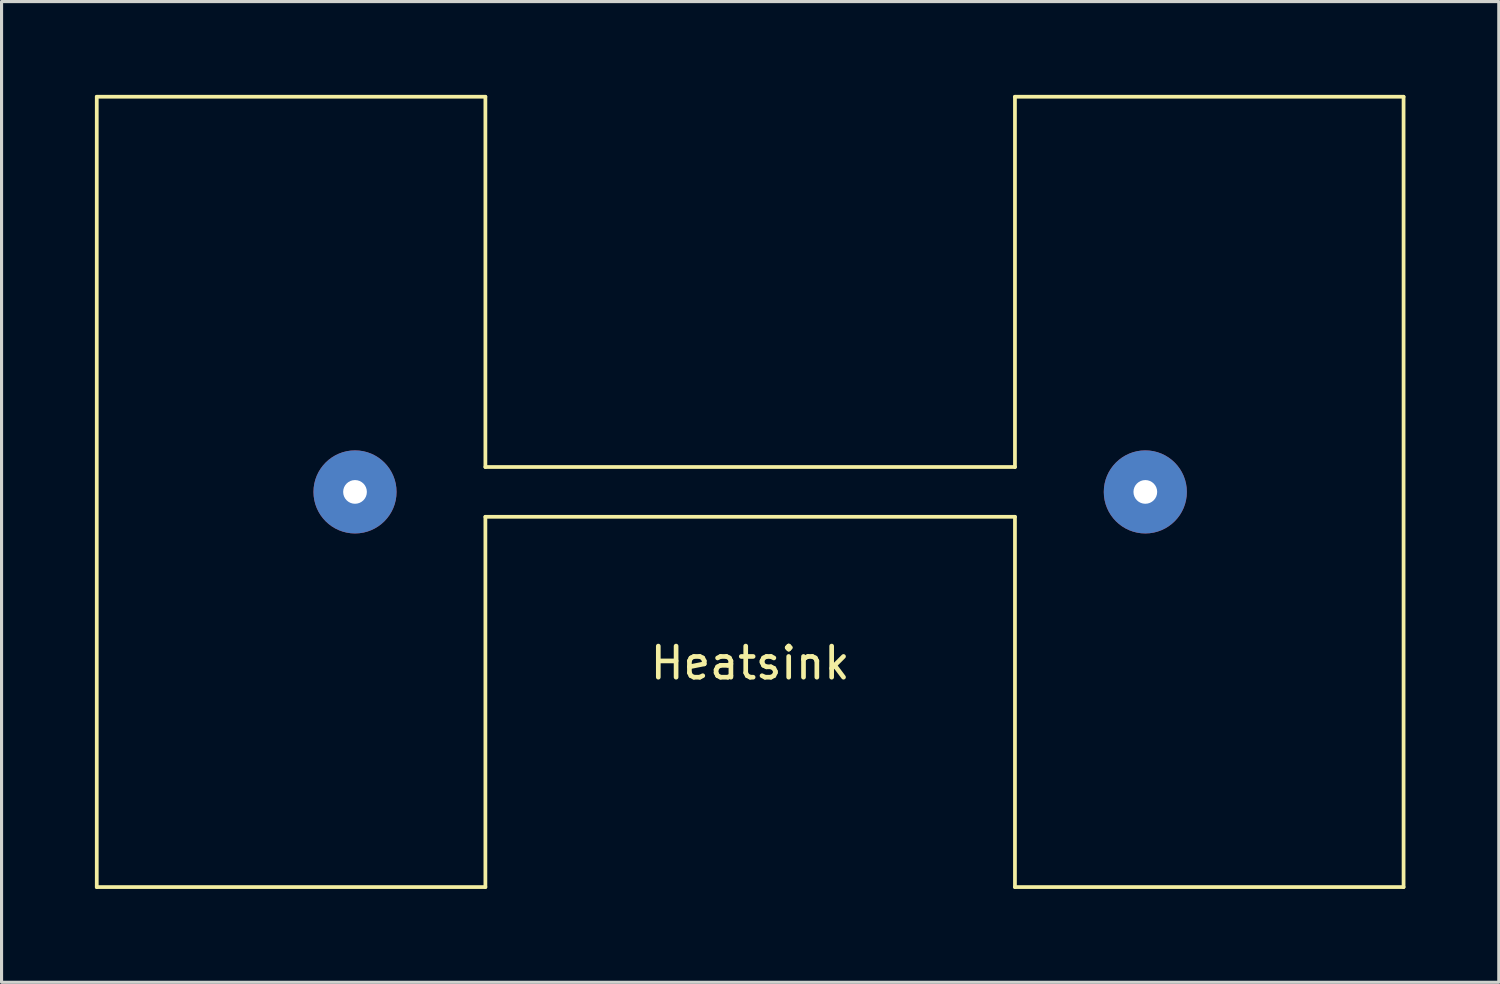
<source format=kicad_pcb>
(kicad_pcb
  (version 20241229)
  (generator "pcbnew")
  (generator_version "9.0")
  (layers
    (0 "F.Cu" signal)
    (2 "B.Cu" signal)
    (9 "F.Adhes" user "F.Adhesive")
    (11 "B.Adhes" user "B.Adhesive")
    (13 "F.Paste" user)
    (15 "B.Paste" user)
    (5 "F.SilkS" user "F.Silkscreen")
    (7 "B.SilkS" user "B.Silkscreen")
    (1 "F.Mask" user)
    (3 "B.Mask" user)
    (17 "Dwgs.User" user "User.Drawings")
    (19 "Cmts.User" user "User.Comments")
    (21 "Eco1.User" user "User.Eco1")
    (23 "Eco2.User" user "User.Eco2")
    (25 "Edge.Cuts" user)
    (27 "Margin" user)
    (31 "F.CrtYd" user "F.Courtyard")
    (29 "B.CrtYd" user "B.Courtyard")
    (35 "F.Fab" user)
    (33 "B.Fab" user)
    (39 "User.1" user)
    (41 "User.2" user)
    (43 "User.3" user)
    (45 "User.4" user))
  (footprint "Heatsink"
    (layer "F.Cu")
    (at 21.06 12.76)
    (property "Reference" "Heatsink" (at 0 5.5 0) (layer "F.SilkS") (effects (font (size 1 1) (thickness 0.15))))
    (attr through_hole)
    (fp_line (start -21 -12.7) (end -21 12.7) (stroke (width 0.12) (type solid)) (layer "F.SilkS"))
    (fp_line (start -8.51 -12.7) (end -21 -12.7) (stroke (width 0.12) (type solid)) (layer "F.SilkS"))
    (fp_line (start -8.51 -0.8) (end -8.51 -12.7) (stroke (width 0.12) (type solid)) (layer "F.SilkS"))
    (fp_line (start -8.51 -0.8) (end 8.51 -0.8) (stroke (width 0.12) (type solid)) (layer "F.SilkS"))
    (fp_line (start -8.51 0.8) (end -8.51 12.7) (stroke (width 0.12) (type solid)) (layer "F.SilkS"))
    (fp_line (start -8.51 12.7) (end -21 12.7) (stroke (width 0.12) (type solid)) (layer "F.SilkS"))
    (fp_line (start 8.51 -12.7) (end 21 -12.7) (stroke (width 0.12) (type solid)) (layer "F.SilkS"))
    (fp_line (start 8.51 -0.8) (end 8.51 -12.7) (stroke (width 0.12) (type solid)) (layer "F.SilkS"))
    (fp_line (start 8.51 0.8) (end -8.51 0.8) (stroke (width 0.12) (type solid)) (layer "F.SilkS"))
    (fp_line (start 8.51 0.8) (end 8.51 12.7) (stroke (width 0.12) (type solid)) (layer "F.SilkS"))
    (fp_line (start 8.51 12.7) (end 21 12.7) (stroke (width 0.12) (type solid)) (layer "F.SilkS"))
    (fp_line (start 21 12.7) (end 21 -12.7) (stroke (width 0.12) (type solid)) (layer "F.SilkS"))
    (pad "" np_thru_hole circle (at -12.7 0) (size 2.67 2.67) (drill 0.762) (layers "*.Cu" "*.Mask"))
    (pad "" np_thru_hole circle (at 12.7 0) (size 2.67 2.67) (drill 0.762) (layers "*.Cu" "*.Mask")))
  (gr_rect
    (start -3 -3)
    (end 45.12 28.52)
    (stroke (width 0.1) (type default))
    (fill no)
    (layer "Edge.Cuts")))
</source>
